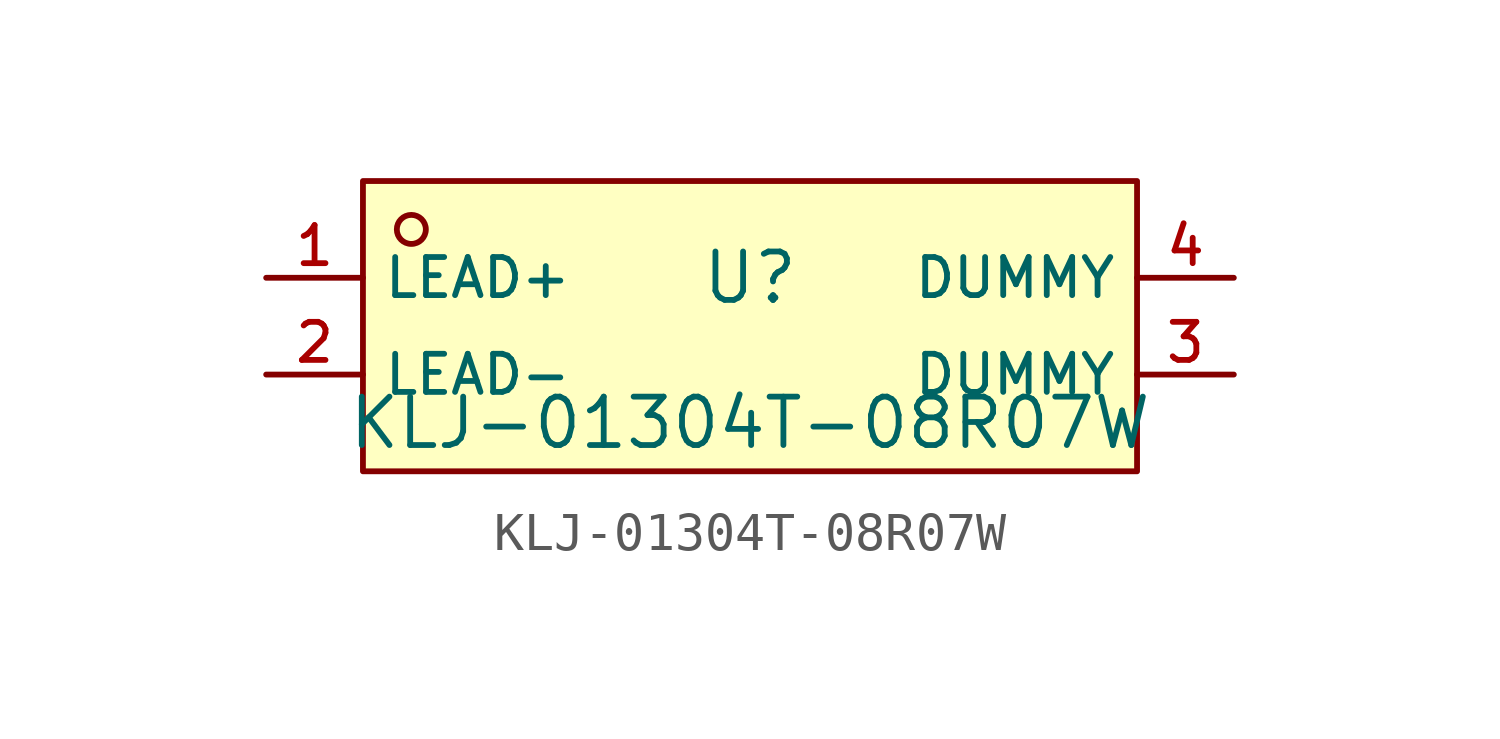
<source format=kicad_sym>
(kicad_symbol_lib
  (version 20210201)
  (generator TousstNicolas/JLC2KiCad_lib)
  (symbol "KLJ-01304T-08R07W"
    (property "Reference" "U"
      (at 0 1.27 0)
      (effects (font (size 1.27 1.27))))
    (property "Value" "KLJ-01304T-08R07W"
      (at 0 -2.54 0)
      (effects (font (size 1.27 1.27))))
    (symbol "KLJ-01304T-08R07W_0_1"
      (rectangle (start -10.16 3.81) (end 10.16 -3.81) (stroke (width 0) (type default) (color 0 0 0 0)) (fill (type background)))
      (circle (center -8.89 2.54) (radius 0.381) (stroke (width 0) (type default) (color 0 0 0 0)) (fill (type background)))
      (pin unspecified line (at -12.7 1.27 0) (length 2.54) (name "LEAD+" (effects (font (size 1 1)))) (number "1" (effects (font (size 1 1)))))
      (pin unspecified line (at -12.7 -1.27 0) (length 2.54) (name "LEAD-" (effects (font (size 1 1)))) (number "2" (effects (font (size 1 1)))))
      (pin unspecified line (at 12.7 -1.27 180) (length 2.54) (name "DUMMY" (effects (font (size 1 1)))) (number "3" (effects (font (size 1 1)))))
      (pin unspecified line (at 12.7 1.27 180) (length 2.54) (name "DUMMY" (effects (font (size 1 1)))) (number "4" (effects (font (size 1 1))))))))
</source>
